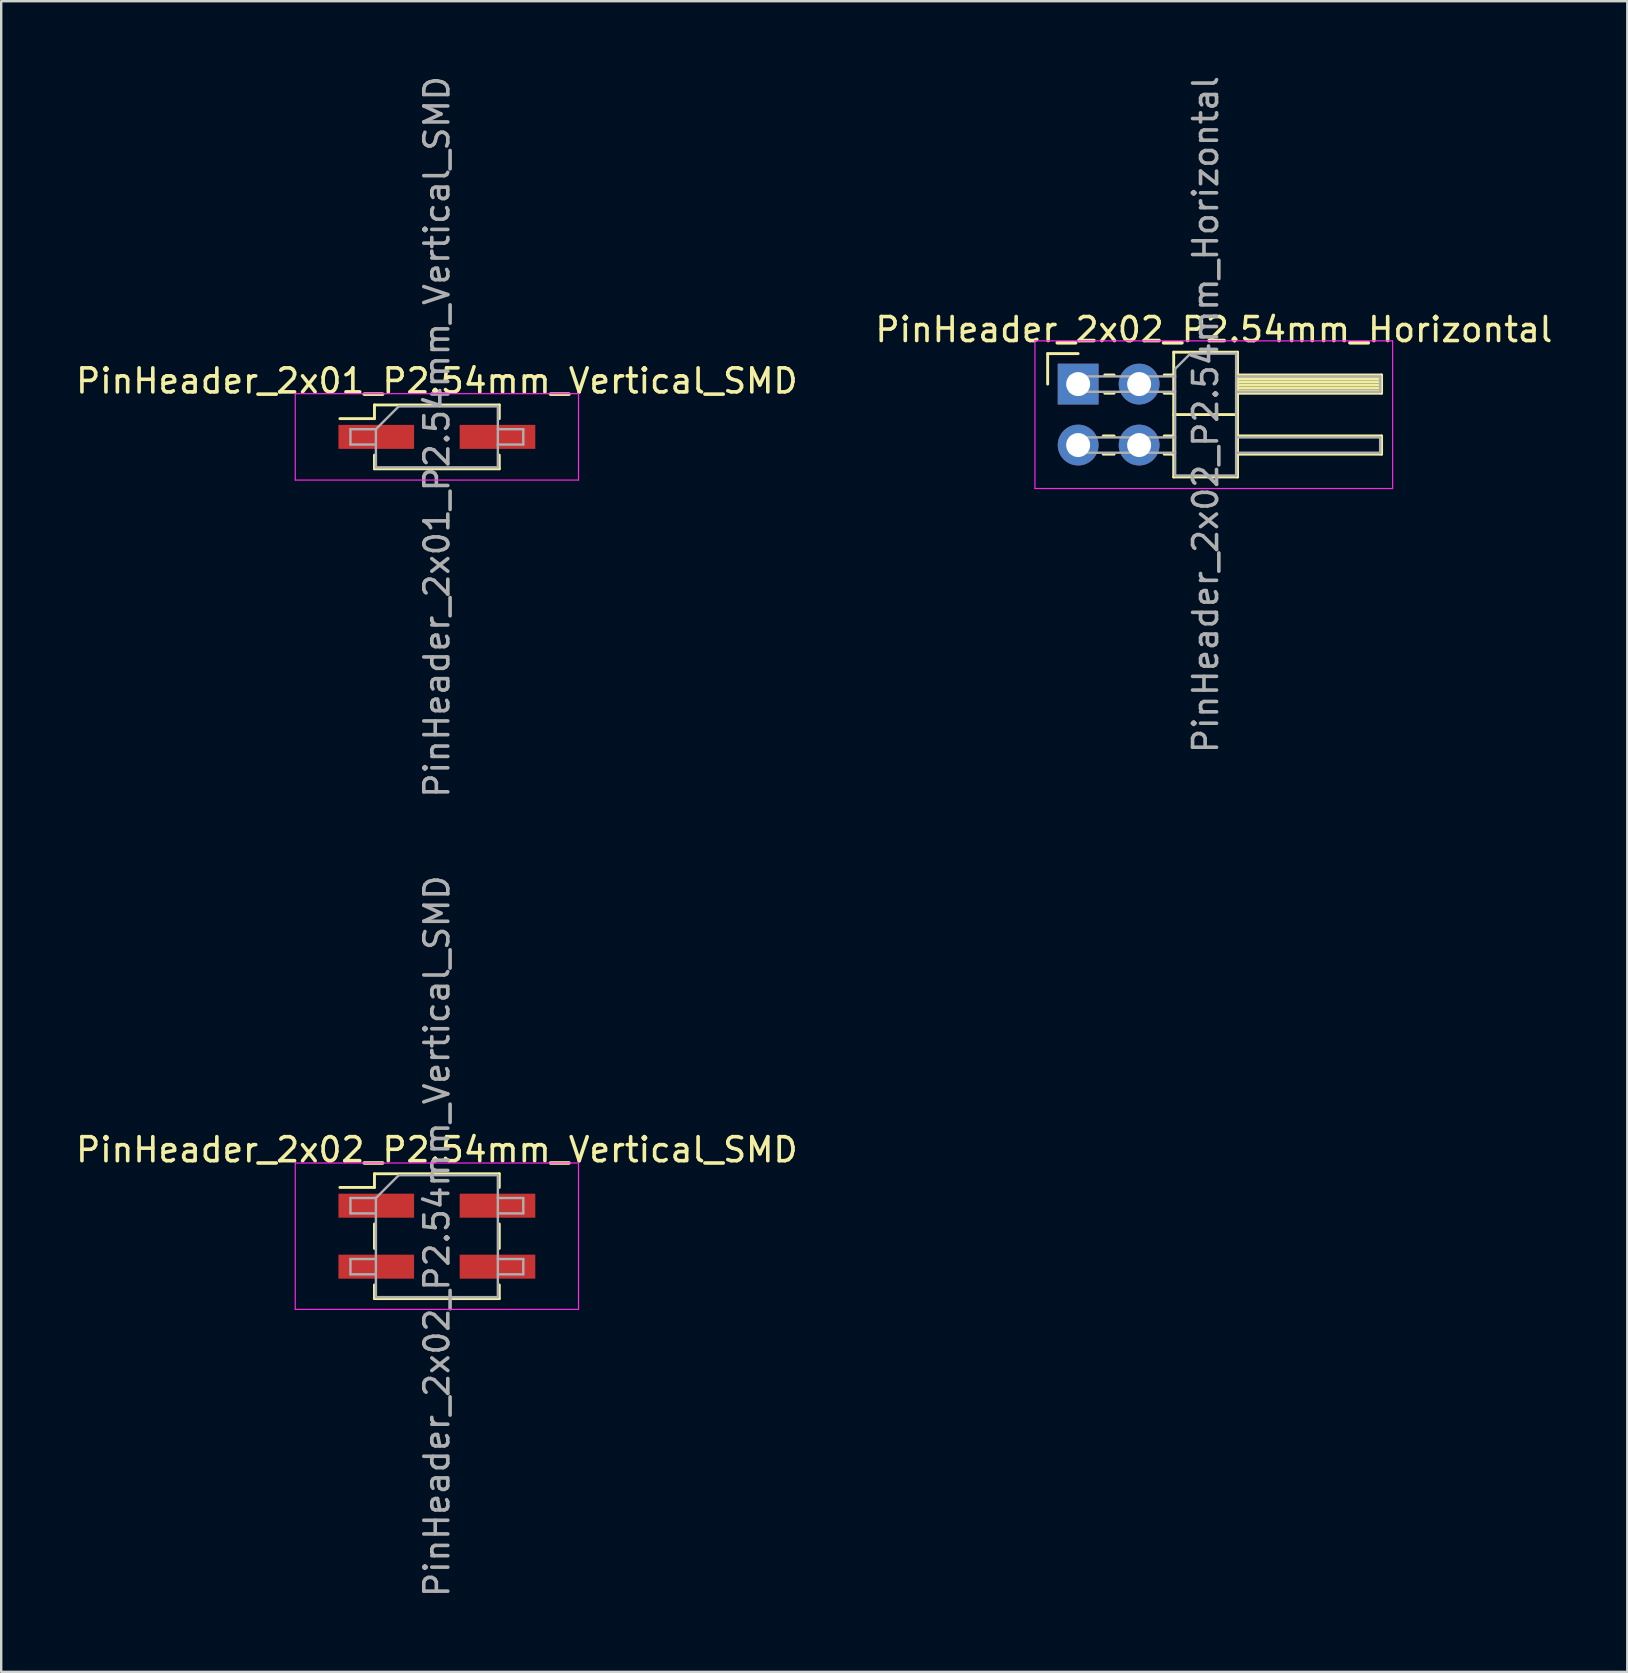
<source format=kicad_pcb>
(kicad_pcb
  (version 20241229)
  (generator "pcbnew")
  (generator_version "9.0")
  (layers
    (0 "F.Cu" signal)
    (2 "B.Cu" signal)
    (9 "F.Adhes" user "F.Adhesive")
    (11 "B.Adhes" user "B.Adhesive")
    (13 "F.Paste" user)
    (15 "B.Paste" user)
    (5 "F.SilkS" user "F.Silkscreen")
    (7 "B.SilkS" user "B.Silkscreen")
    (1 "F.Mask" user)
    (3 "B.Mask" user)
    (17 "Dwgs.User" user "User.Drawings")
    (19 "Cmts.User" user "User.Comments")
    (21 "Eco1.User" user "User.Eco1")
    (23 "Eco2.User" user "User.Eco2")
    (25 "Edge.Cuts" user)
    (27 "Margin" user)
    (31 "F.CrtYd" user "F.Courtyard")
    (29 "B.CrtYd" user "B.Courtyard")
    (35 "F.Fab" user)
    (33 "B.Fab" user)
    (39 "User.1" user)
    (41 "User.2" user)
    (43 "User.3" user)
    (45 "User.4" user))
  (footprint "PinHeader_2x01_P2.54mm_Vertical_SMD"
    (layer "F.Cu")
    (at 15.149 15.149)
    (property "Reference" "PinHeader_2x01_P2.54mm_Vertical_SMD" (at 0 -2.33 0) (layer "F.SilkS") (effects (font (size 1 1) (thickness 0.15))))
    (attr smd)
    (fp_line (start -4.04 -0.76) (end -2.6 -0.76) (stroke (width 0.12) (type solid)) (layer "F.SilkS"))
    (fp_line (start -2.6 -1.33) (end -2.6 -0.76) (stroke (width 0.12) (type solid)) (layer "F.SilkS"))
    (fp_line (start -2.6 -1.33) (end 2.6 -1.33) (stroke (width 0.12) (type solid)) (layer "F.SilkS"))
    (fp_line (start -2.6 0.76) (end -2.6 1.33) (stroke (width 0.12) (type solid)) (layer "F.SilkS"))
    (fp_line (start -2.6 1.33) (end 2.6 1.33) (stroke (width 0.12) (type solid)) (layer "F.SilkS"))
    (fp_line (start 2.6 -1.33) (end 2.6 -0.76) (stroke (width 0.12) (type solid)) (layer "F.SilkS"))
    (fp_line (start 2.6 0.76) (end 2.6 1.33) (stroke (width 0.12) (type solid)) (layer "F.SilkS"))
    (fp_line (start -5.9 -1.8) (end -5.9 1.8) (stroke (width 0.05) (type solid)) (layer "F.CrtYd"))
    (fp_line (start -5.9 1.8) (end 5.9 1.8) (stroke (width 0.05) (type solid)) (layer "F.CrtYd"))
    (fp_line (start 5.9 -1.8) (end -5.9 -1.8) (stroke (width 0.05) (type solid)) (layer "F.CrtYd"))
    (fp_line (start 5.9 1.8) (end 5.9 -1.8) (stroke (width 0.05) (type solid)) (layer "F.CrtYd"))
    (fp_line (start -3.6 -0.32) (end -3.6 0.32) (stroke (width 0.1) (type solid)) (layer "F.Fab"))
    (fp_line (start -3.6 0.32) (end -2.54 0.32) (stroke (width 0.1) (type solid)) (layer "F.Fab"))
    (fp_line (start -2.54 -0.32) (end -3.6 -0.32) (stroke (width 0.1) (type solid)) (layer "F.Fab"))
    (fp_line (start -2.54 -0.32) (end -1.59 -1.27) (stroke (width 0.1) (type solid)) (layer "F.Fab"))
    (fp_line (start -2.54 1.27) (end -2.54 -0.32) (stroke (width 0.1) (type solid)) (layer "F.Fab"))
    (fp_line (start -1.59 -1.27) (end 2.54 -1.27) (stroke (width 0.1) (type solid)) (layer "F.Fab"))
    (fp_line (start 2.54 -1.27) (end 2.54 1.27) (stroke (width 0.1) (type solid)) (layer "F.Fab"))
    (fp_line (start 2.54 -0.32) (end 3.6 -0.32) (stroke (width 0.1) (type solid)) (layer "F.Fab"))
    (fp_line (start 2.54 1.27) (end -2.54 1.27) (stroke (width 0.1) (type solid)) (layer "F.Fab"))
    (fp_line (start 3.6 -0.32) (end 3.6 0.32) (stroke (width 0.1) (type solid)) (layer "F.Fab"))
    (fp_line (start 3.6 0.32) (end 2.54 0.32) (stroke (width 0.1) (type solid)) (layer "F.Fab"))
    (fp_text user "${REFERENCE}" (at 0 0 90) (layer "F.Fab") (effects (font (size 1 1) (thickness 0.15))))
    (pad "1" smd rect (at -2.525 0) (size 3.15 1) (layers "F.Cu" "F.Mask" "F.Paste"))
    (pad "2" smd rect (at 2.525 0) (size 3.15 1) (layers "F.Cu" "F.Mask" "F.Paste")))
  (footprint "PinHeader_2x02_P2.54mm_Vertical_SMD"
    (layer "F.Cu")
    (at 15.149 48.446)
    (property "Reference" "PinHeader_2x02_P2.54mm_Vertical_SMD" (at 0 -3.6 0) (layer "F.SilkS") (effects (font (size 1 1) (thickness 0.15))))
    (attr smd)
    (fp_line (start -4.04 -2.03) (end -2.6 -2.03) (stroke (width 0.12) (type solid)) (layer "F.SilkS"))
    (fp_line (start -2.6 -2.6) (end -2.6 -2.03) (stroke (width 0.12) (type solid)) (layer "F.SilkS"))
    (fp_line (start -2.6 -2.6) (end 2.6 -2.6) (stroke (width 0.12) (type solid)) (layer "F.SilkS"))
    (fp_line (start -2.6 -0.51) (end -2.6 0.51) (stroke (width 0.12) (type solid)) (layer "F.SilkS"))
    (fp_line (start -2.6 2.03) (end -2.6 2.6) (stroke (width 0.12) (type solid)) (layer "F.SilkS"))
    (fp_line (start -2.6 2.6) (end 2.6 2.6) (stroke (width 0.12) (type solid)) (layer "F.SilkS"))
    (fp_line (start 2.6 -2.6) (end 2.6 -2.03) (stroke (width 0.12) (type solid)) (layer "F.SilkS"))
    (fp_line (start 2.6 -0.51) (end 2.6 0.51) (stroke (width 0.12) (type solid)) (layer "F.SilkS"))
    (fp_line (start 2.6 2.03) (end 2.6 2.6) (stroke (width 0.12) (type solid)) (layer "F.SilkS"))
    (fp_line (start -5.9 -3.05) (end -5.9 3.05) (stroke (width 0.05) (type solid)) (layer "F.CrtYd"))
    (fp_line (start -5.9 3.05) (end 5.9 3.05) (stroke (width 0.05) (type solid)) (layer "F.CrtYd"))
    (fp_line (start 5.9 -3.05) (end -5.9 -3.05) (stroke (width 0.05) (type solid)) (layer "F.CrtYd"))
    (fp_line (start 5.9 3.05) (end 5.9 -3.05) (stroke (width 0.05) (type solid)) (layer "F.CrtYd"))
    (fp_line (start -3.6 -1.59) (end -3.6 -0.95) (stroke (width 0.1) (type solid)) (layer "F.Fab"))
    (fp_line (start -3.6 -0.95) (end -2.54 -0.95) (stroke (width 0.1) (type solid)) (layer "F.Fab"))
    (fp_line (start -3.6 0.95) (end -3.6 1.59) (stroke (width 0.1) (type solid)) (layer "F.Fab"))
    (fp_line (start -3.6 1.59) (end -2.54 1.59) (stroke (width 0.1) (type solid)) (layer "F.Fab"))
    (fp_line (start -2.54 -1.59) (end -3.6 -1.59) (stroke (width 0.1) (type solid)) (layer "F.Fab"))
    (fp_line (start -2.54 -1.59) (end -1.59 -2.54) (stroke (width 0.1) (type solid)) (layer "F.Fab"))
    (fp_line (start -2.54 0.95) (end -3.6 0.95) (stroke (width 0.1) (type solid)) (layer "F.Fab"))
    (fp_line (start -2.54 2.54) (end -2.54 -1.59) (stroke (width 0.1) (type solid)) (layer "F.Fab"))
    (fp_line (start -1.59 -2.54) (end 2.54 -2.54) (stroke (width 0.1) (type solid)) (layer "F.Fab"))
    (fp_line (start 2.54 -2.54) (end 2.54 2.54) (stroke (width 0.1) (type solid)) (layer "F.Fab"))
    (fp_line (start 2.54 -1.59) (end 3.6 -1.59) (stroke (width 0.1) (type solid)) (layer "F.Fab"))
    (fp_line (start 2.54 0.95) (end 3.6 0.95) (stroke (width 0.1) (type solid)) (layer "F.Fab"))
    (fp_line (start 2.54 2.54) (end -2.54 2.54) (stroke (width 0.1) (type solid)) (layer "F.Fab"))
    (fp_line (start 3.6 -1.59) (end 3.6 -0.95) (stroke (width 0.1) (type solid)) (layer "F.Fab"))
    (fp_line (start 3.6 -0.95) (end 2.54 -0.95) (stroke (width 0.1) (type solid)) (layer "F.Fab"))
    (fp_line (start 3.6 0.95) (end 3.6 1.59) (stroke (width 0.1) (type solid)) (layer "F.Fab"))
    (fp_line (start 3.6 1.59) (end 2.54 1.59) (stroke (width 0.1) (type solid)) (layer "F.Fab"))
    (fp_text user "${REFERENCE}" (at 0 0 90) (layer "F.Fab") (effects (font (size 1 1) (thickness 0.15))))
    (pad "1" smd rect (at -2.525 -1.27) (size 3.15 1) (layers "F.Cu" "F.Mask" "F.Paste"))
    (pad "2" smd rect (at 2.525 -1.27) (size 3.15 1) (layers "F.Cu" "F.Mask" "F.Paste"))
    (pad "3" smd rect (at -2.525 1.27) (size 3.15 1) (layers "F.Cu" "F.Mask" "F.Paste"))
    (pad "4" smd rect (at 2.525 1.27) (size 3.15 1) (layers "F.Cu" "F.Mask" "F.Paste")))
  (footprint "PinHeader_2x02_P2.54mm_Horizontal"
    (layer "F.Cu")
    (at 41.863 12.95)
    (property "Reference" "PinHeader_2x02_P2.54mm_Horizontal" (at 5.655 -2.27 0) (layer "F.SilkS") (effects (font (size 1 1) (thickness 0.15))))
    (attr through_hole)
    (fp_line (start -1.27 -1.27) (end 0 -1.27) (stroke (width 0.12) (type solid)) (layer "F.SilkS"))
    (fp_line (start -1.27 0) (end -1.27 -1.27) (stroke (width 0.12) (type solid)) (layer "F.SilkS"))
    (fp_line (start 1.043 2.16) (end 1.497 2.16) (stroke (width 0.12) (type solid)) (layer "F.SilkS"))
    (fp_line (start 1.043 2.92) (end 1.497 2.92) (stroke (width 0.12) (type solid)) (layer "F.SilkS"))
    (fp_line (start 1.11 -0.38) (end 1.497 -0.38) (stroke (width 0.12) (type solid)) (layer "F.SilkS"))
    (fp_line (start 1.11 0.38) (end 1.497 0.38) (stroke (width 0.12) (type solid)) (layer "F.SilkS"))
    (fp_line (start 3.583 -0.38) (end 3.98 -0.38) (stroke (width 0.12) (type solid)) (layer "F.SilkS"))
    (fp_line (start 3.583 0.38) (end 3.98 0.38) (stroke (width 0.12) (type solid)) (layer "F.SilkS"))
    (fp_line (start 3.583 2.16) (end 3.98 2.16) (stroke (width 0.12) (type solid)) (layer "F.SilkS"))
    (fp_line (start 3.583 2.92) (end 3.98 2.92) (stroke (width 0.12) (type solid)) (layer "F.SilkS"))
    (fp_line (start 3.98 -1.33) (end 3.98 3.87) (stroke (width 0.12) (type solid)) (layer "F.SilkS"))
    (fp_line (start 3.98 1.27) (end 6.64 1.27) (stroke (width 0.12) (type solid)) (layer "F.SilkS"))
    (fp_line (start 3.98 3.87) (end 6.64 3.87) (stroke (width 0.12) (type solid)) (layer "F.SilkS"))
    (fp_line (start 6.64 -1.33) (end 3.98 -1.33) (stroke (width 0.12) (type solid)) (layer "F.SilkS"))
    (fp_line (start 6.64 -0.38) (end 12.64 -0.38) (stroke (width 0.12) (type solid)) (layer "F.SilkS"))
    (fp_line (start 6.64 -0.32) (end 12.64 -0.32) (stroke (width 0.12) (type solid)) (layer "F.SilkS"))
    (fp_line (start 6.64 -0.2) (end 12.64 -0.2) (stroke (width 0.12) (type solid)) (layer "F.SilkS"))
    (fp_line (start 6.64 -0.08) (end 12.64 -0.08) (stroke (width 0.12) (type solid)) (layer "F.SilkS"))
    (fp_line (start 6.64 0.04) (end 12.64 0.04) (stroke (width 0.12) (type solid)) (layer "F.SilkS"))
    (fp_line (start 6.64 0.16) (end 12.64 0.16) (stroke (width 0.12) (type solid)) (layer "F.SilkS"))
    (fp_line (start 6.64 0.28) (end 12.64 0.28) (stroke (width 0.12) (type solid)) (layer "F.SilkS"))
    (fp_line (start 6.64 2.16) (end 12.64 2.16) (stroke (width 0.12) (type solid)) (layer "F.SilkS"))
    (fp_line (start 6.64 3.87) (end 6.64 -1.33) (stroke (width 0.12) (type solid)) (layer "F.SilkS"))
    (fp_line (start 12.64 -0.38) (end 12.64 0.38) (stroke (width 0.12) (type solid)) (layer "F.SilkS"))
    (fp_line (start 12.64 0.38) (end 6.64 0.38) (stroke (width 0.12) (type solid)) (layer "F.SilkS"))
    (fp_line (start 12.64 2.16) (end 12.64 2.92) (stroke (width 0.12) (type solid)) (layer "F.SilkS"))
    (fp_line (start 12.64 2.92) (end 6.64 2.92) (stroke (width 0.12) (type solid)) (layer "F.SilkS"))
    (fp_line (start -1.8 -1.8) (end -1.8 4.35) (stroke (width 0.05) (type solid)) (layer "F.CrtYd"))
    (fp_line (start -1.8 4.35) (end 13.1 4.35) (stroke (width 0.05) (type solid)) (layer "F.CrtYd"))
    (fp_line (start 13.1 -1.8) (end -1.8 -1.8) (stroke (width 0.05) (type solid)) (layer "F.CrtYd"))
    (fp_line (start 13.1 4.35) (end 13.1 -1.8) (stroke (width 0.05) (type solid)) (layer "F.CrtYd"))
    (fp_line (start -0.32 -0.32) (end -0.32 0.32) (stroke (width 0.1) (type solid)) (layer "F.Fab"))
    (fp_line (start -0.32 -0.32) (end 4.04 -0.32) (stroke (width 0.1) (type solid)) (layer "F.Fab"))
    (fp_line (start -0.32 0.32) (end 4.04 0.32) (stroke (width 0.1) (type solid)) (layer "F.Fab"))
    (fp_line (start -0.32 2.22) (end -0.32 2.86) (stroke (width 0.1) (type solid)) (layer "F.Fab"))
    (fp_line (start -0.32 2.22) (end 4.04 2.22) (stroke (width 0.1) (type solid)) (layer "F.Fab"))
    (fp_line (start -0.32 2.86) (end 4.04 2.86) (stroke (width 0.1) (type solid)) (layer "F.Fab"))
    (fp_line (start 4.04 -0.635) (end 4.675 -1.27) (stroke (width 0.1) (type solid)) (layer "F.Fab"))
    (fp_line (start 4.04 3.81) (end 4.04 -0.635) (stroke (width 0.1) (type solid)) (layer "F.Fab"))
    (fp_line (start 4.675 -1.27) (end 6.58 -1.27) (stroke (width 0.1) (type solid)) (layer "F.Fab"))
    (fp_line (start 6.58 -1.27) (end 6.58 3.81) (stroke (width 0.1) (type solid)) (layer "F.Fab"))
    (fp_line (start 6.58 -0.32) (end 12.58 -0.32) (stroke (width 0.1) (type solid)) (layer "F.Fab"))
    (fp_line (start 6.58 0.32) (end 12.58 0.32) (stroke (width 0.1) (type solid)) (layer "F.Fab"))
    (fp_line (start 6.58 2.22) (end 12.58 2.22) (stroke (width 0.1) (type solid)) (layer "F.Fab"))
    (fp_line (start 6.58 2.86) (end 12.58 2.86) (stroke (width 0.1) (type solid)) (layer "F.Fab"))
    (fp_line (start 6.58 3.81) (end 4.04 3.81) (stroke (width 0.1) (type solid)) (layer "F.Fab"))
    (fp_line (start 12.58 -0.32) (end 12.58 0.32) (stroke (width 0.1) (type solid)) (layer "F.Fab"))
    (fp_line (start 12.58 2.22) (end 12.58 2.86) (stroke (width 0.1) (type solid)) (layer "F.Fab"))
    (fp_text user "${REFERENCE}" (at 5.31 1.27 90) (layer "F.Fab") (effects (font (size 1 1) (thickness 0.15))))
    (pad "1" thru_hole rect (at 0 0) (size 1.7 1.7) (drill 1) (layers "*.Cu" "*.Mask"))
    (pad "2" thru_hole oval (at 2.54 0) (size 1.7 1.7) (drill 1) (layers "*.Cu" "*.Mask"))
    (pad "3" thru_hole oval (at 0 2.54) (size 1.7 1.7) (drill 1) (layers "*.Cu" "*.Mask"))
    (pad "4" thru_hole oval (at 2.54 2.54) (size 1.7 1.7) (drill 1) (layers "*.Cu" "*.Mask")))
  (gr_rect
    (start -3 -3)
    (end 64.738 66.595)
    (stroke (width 0.1) (type default))
    (fill no)
    (layer "Edge.Cuts")))
</source>
